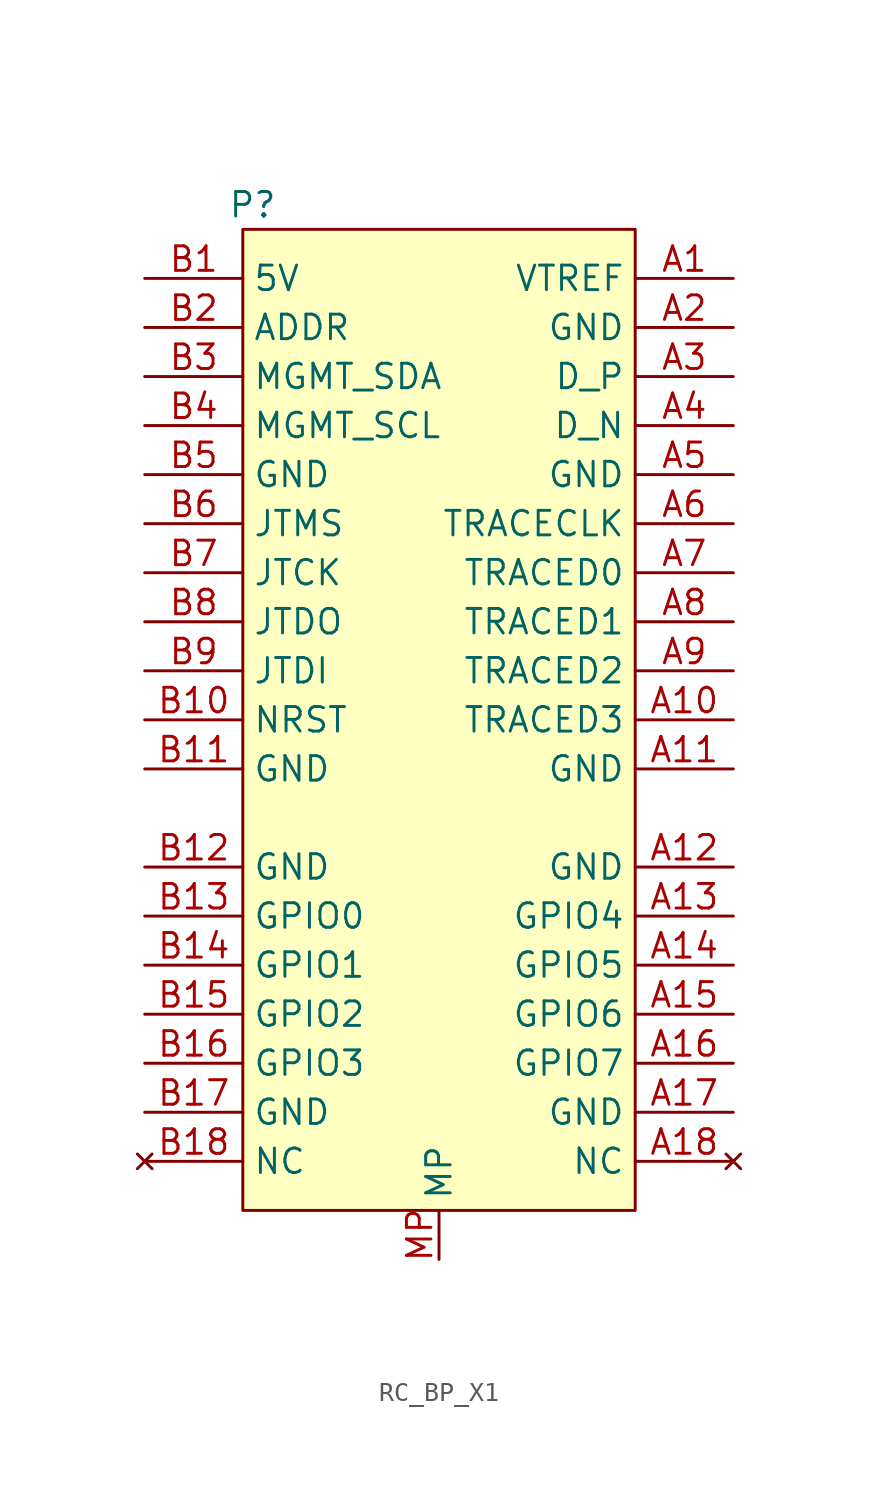
<source format=kicad_sym>
(kicad_symbol_lib
  (version 20241209)
  (generator "kicad_symbol_editor")
  (generator_version "9.0")
  (symbol "RC_BP_X1"
    (property "Reference" "P"
      (at -9.652 24.13 0)
      (effects (font (size 1.27 1.27))))
    (property "Value" ""
      (at -9.398 -29.21 0)
      (effects (font (size 1.27 1.27))))
    (symbol "RC_BP_X1_1_0"
      (pin passive line (at -15.24 20.32 0) (length 5.08) (name "5V" (effects (font (size 1.27 1.27)))) (number "B1" (effects (font (size 1.27 1.27)))))
      (pin passive line (at -15.24 17.78 0) (length 5.08) (name "ADDR" (effects (font (size 1.27 1.27)))) (number "B2" (effects (font (size 1.27 1.27)))))
      (pin passive line (at -15.24 15.24 0) (length 5.08) (name "MGMT_SDA" (effects (font (size 1.27 1.27)))) (number "B3" (effects (font (size 1.27 1.27)))))
      (pin passive line (at -15.24 12.7 0) (length 5.08) (name "MGMT_SCL" (effects (font (size 1.27 1.27)))) (number "B4" (effects (font (size 1.27 1.27)))))
      (pin passive line (at -15.24 10.16 0) (length 5.08) (name "GND" (effects (font (size 1.27 1.27)))) (number "B5" (effects (font (size 1.27 1.27)))))
      (pin passive line (at -15.24 7.62 0) (length 5.08) (name "JTMS" (effects (font (size 1.27 1.27)))) (number "B6" (effects (font (size 1.27 1.27)))))
      (pin passive line (at -15.24 5.08 0) (length 5.08) (name "JTCK" (effects (font (size 1.27 1.27)))) (number "B7" (effects (font (size 1.27 1.27)))))
      (pin passive line (at -15.24 2.54 0) (length 5.08) (name "JTDO" (effects (font (size 1.27 1.27)))) (number "B8" (effects (font (size 1.27 1.27)))))
      (pin passive line (at -15.24 0 0) (length 5.08) (name "JTDI" (effects (font (size 1.27 1.27)))) (number "B9" (effects (font (size 1.27 1.27)))))
      (pin passive line (at -15.24 -2.54 0) (length 5.08) (name "NRST" (effects (font (size 1.27 1.27)))) (number "B10" (effects (font (size 1.27 1.27)))))
      (pin passive line (at -15.24 -5.08 0) (length 5.08) (name "GND" (effects (font (size 1.27 1.27)))) (number "B11" (effects (font (size 1.27 1.27)))))
      (pin passive line (at -15.24 -10.16 0) (length 5.08) (name "GND" (effects (font (size 1.27 1.27)))) (number "B12" (effects (font (size 1.27 1.27)))))
      (pin passive line (at -15.24 -12.7 0) (length 5.08) (name "GPIO0" (effects (font (size 1.27 1.27)))) (number "B13" (effects (font (size 1.27 1.27)))))
      (pin passive line (at -15.24 -15.24 0) (length 5.08) (name "GPIO1" (effects (font (size 1.27 1.27)))) (number "B14" (effects (font (size 1.27 1.27)))))
      (pin passive line (at -15.24 -17.78 0) (length 5.08) (name "GPIO2" (effects (font (size 1.27 1.27)))) (number "B15" (effects (font (size 1.27 1.27)))))
      (pin passive line (at -15.24 -20.32 0) (length 5.08) (name "GPIO3" (effects (font (size 1.27 1.27)))) (number "B16" (effects (font (size 1.27 1.27)))))
      (pin passive line (at -15.24 -22.86 0) (length 5.08) (name "GND" (effects (font (size 1.27 1.27)))) (number "B17" (effects (font (size 1.27 1.27)))))
      (pin no_connect line (at -15.24 -25.4 0) (length 5.08) (name "NC" (effects (font (size 1.27 1.27)))) (number "B18" (effects (font (size 1.27 1.27)))))
      (pin passive line (at 15.24 20.32 180) (length 5.08) (name "VTREF" (effects (font (size 1.27 1.27)))) (number "A1" (effects (font (size 1.27 1.27)))))
      (pin passive line (at 15.24 17.78 180) (length 5.08) (name "GND" (effects (font (size 1.27 1.27)))) (number "A2" (effects (font (size 1.27 1.27)))))
      (pin passive line (at 15.24 15.24 180) (length 5.08) (name "D_P" (effects (font (size 1.27 1.27)))) (number "A3" (effects (font (size 1.27 1.27)))))
      (pin passive line (at 15.24 12.7 180) (length 5.08) (name "D_N" (effects (font (size 1.27 1.27)))) (number "A4" (effects (font (size 1.27 1.27)))))
      (pin passive line (at 15.24 10.16 180) (length 5.08) (name "GND" (effects (font (size 1.27 1.27)))) (number "A5" (effects (font (size 1.27 1.27)))))
      (pin passive line (at 15.24 7.62 180) (length 5.08) (name "TRACECLK" (effects (font (size 1.27 1.27)))) (number "A6" (effects (font (size 1.27 1.27)))))
      (pin passive line (at 15.24 5.08 180) (length 5.08) (name "TRACED0" (effects (font (size 1.27 1.27)))) (number "A7" (effects (font (size 1.27 1.27)))))
      (pin passive line (at 15.24 2.54 180) (length 5.08) (name "TRACED1" (effects (font (size 1.27 1.27)))) (number "A8" (effects (font (size 1.27 1.27)))))
      (pin passive line (at 15.24 0 180) (length 5.08) (name "TRACED2" (effects (font (size 1.27 1.27)))) (number "A9" (effects (font (size 1.27 1.27)))))
      (pin passive line (at 15.24 -2.54 180) (length 5.08) (name "TRACED3" (effects (font (size 1.27 1.27)))) (number "A10" (effects (font (size 1.27 1.27)))))
      (pin passive line (at 15.24 -5.08 180) (length 5.08) (name "GND" (effects (font (size 1.27 1.27)))) (number "A11" (effects (font (size 1.27 1.27)))))
      (pin passive line (at 15.24 -10.16 180) (length 5.08) (name "GND" (effects (font (size 1.27 1.27)))) (number "A12" (effects (font (size 1.27 1.27)))))
      (pin passive line (at 15.24 -12.7 180) (length 5.08) (name "GPIO4" (effects (font (size 1.27 1.27)))) (number "A13" (effects (font (size 1.27 1.27)))))
      (pin passive line (at 15.24 -15.24 180) (length 5.08) (name "GPIO5" (effects (font (size 1.27 1.27)))) (number "A14" (effects (font (size 1.27 1.27)))))
      (pin passive line (at 15.24 -17.78 180) (length 5.08) (name "GPIO6" (effects (font (size 1.27 1.27)))) (number "A15" (effects (font (size 1.27 1.27)))))
      (pin passive line (at 15.24 -20.32 180) (length 5.08) (name "GPIO7" (effects (font (size 1.27 1.27)))) (number "A16" (effects (font (size 1.27 1.27)))))
      (pin passive line (at 15.24 -22.86 180) (length 5.08) (name "GND" (effects (font (size 1.27 1.27)))) (number "A17" (effects (font (size 1.27 1.27)))))
      (pin no_connect line (at 15.24 -25.4 180) (length 5.08) (name "NC" (effects (font (size 1.27 1.27)))) (number "A18" (effects (font (size 1.27 1.27))))))
    (symbol "RC_BP_X1_1_1"
      (rectangle (start -10.16 22.86) (end 10.16 -27.94) (stroke (width 0) (type default)) (fill (type background)))
      (pin passive line (at 0 -30.48 90) (length 2.54) (name "MP" (effects (font (size 1.27 1.27)))) (number "MP" (effects (font (size 1.27 1.27))))))))
</source>
